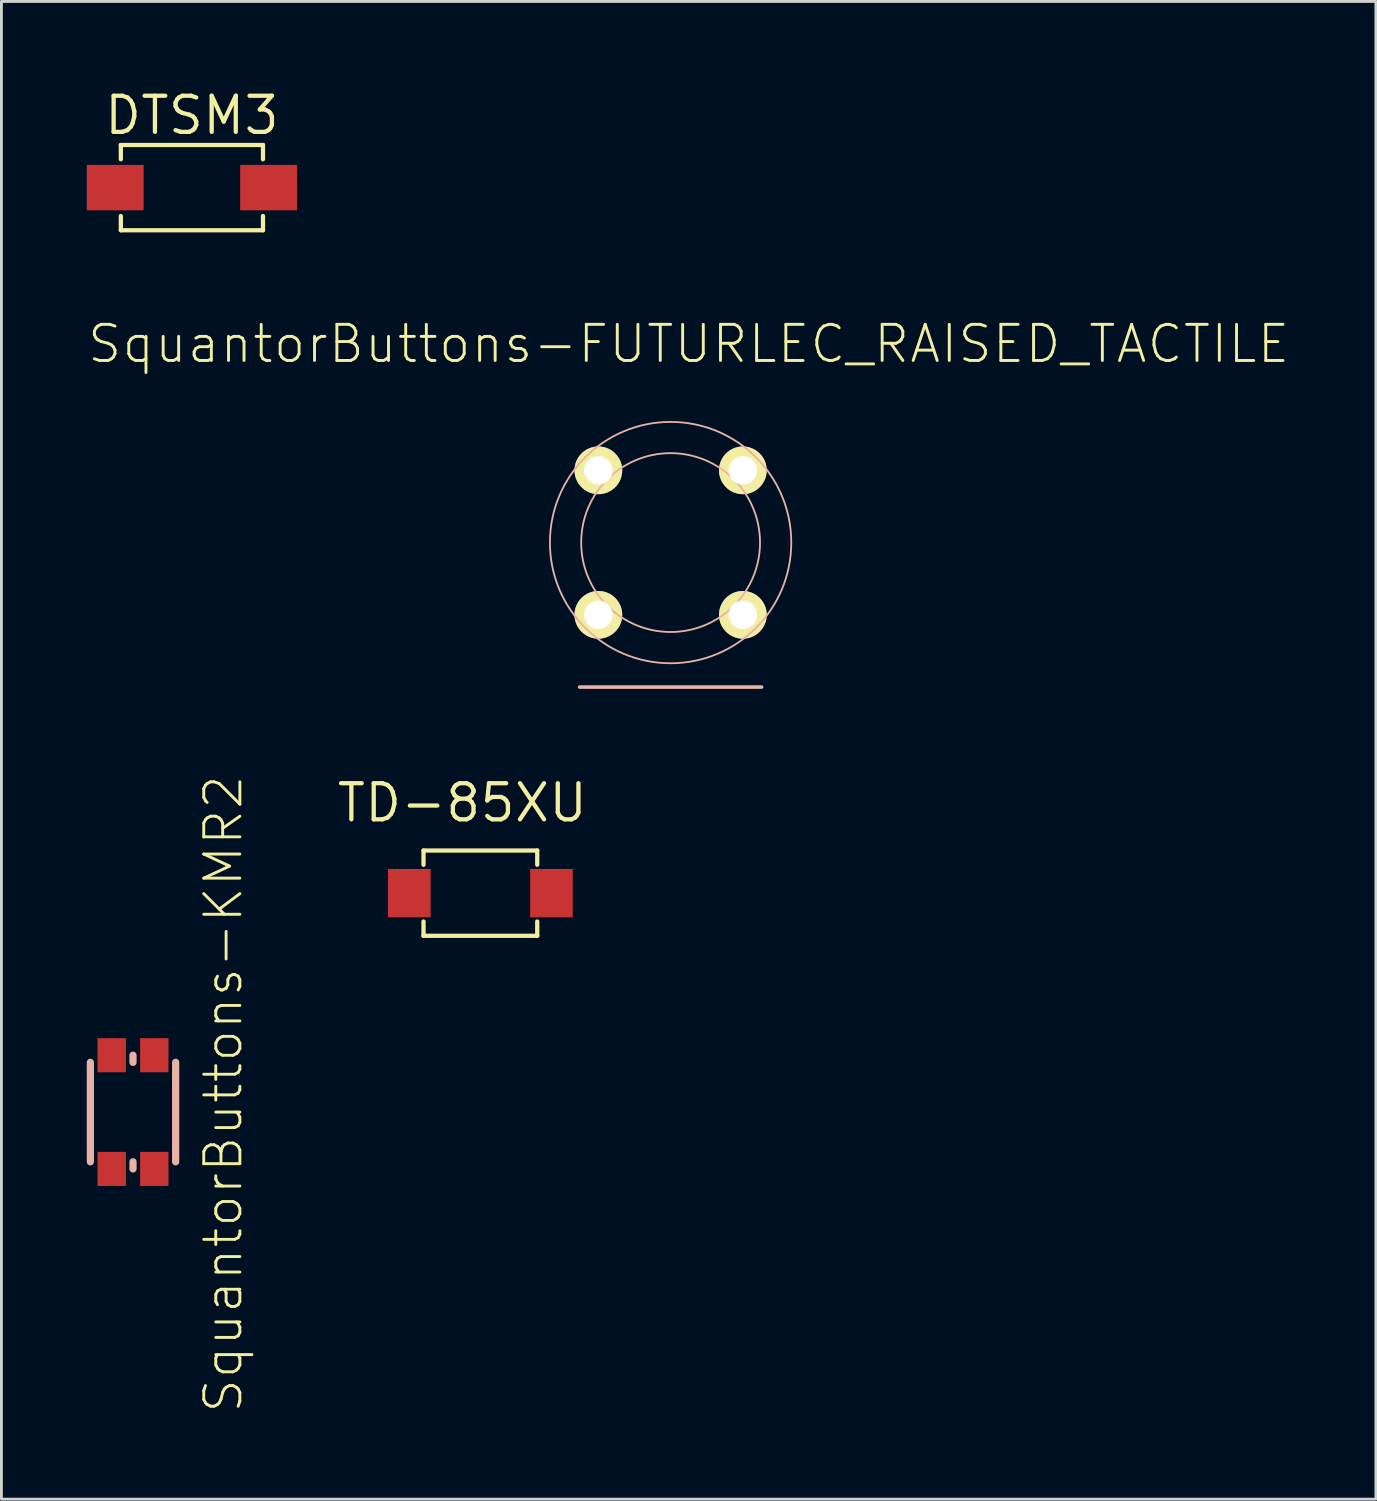
<source format=kicad_pcb>
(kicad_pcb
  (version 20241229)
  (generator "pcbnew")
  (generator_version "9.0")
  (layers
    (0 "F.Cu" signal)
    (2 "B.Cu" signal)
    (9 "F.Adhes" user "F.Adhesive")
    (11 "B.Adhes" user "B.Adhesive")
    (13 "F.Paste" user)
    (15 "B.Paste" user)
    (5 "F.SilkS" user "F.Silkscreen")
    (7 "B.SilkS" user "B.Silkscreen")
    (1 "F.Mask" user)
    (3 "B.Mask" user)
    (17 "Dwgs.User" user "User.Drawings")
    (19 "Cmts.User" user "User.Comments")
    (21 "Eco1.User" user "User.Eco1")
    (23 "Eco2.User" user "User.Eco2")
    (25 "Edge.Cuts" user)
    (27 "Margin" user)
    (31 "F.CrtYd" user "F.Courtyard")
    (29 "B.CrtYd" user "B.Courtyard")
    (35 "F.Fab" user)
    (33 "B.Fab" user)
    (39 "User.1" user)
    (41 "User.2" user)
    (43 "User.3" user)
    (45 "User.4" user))
  (footprint "TD-85XU"
    (layer "F.Cu")
    (at 13.839 28.351)
    (property "Reference" "TD-85XU" (at -0.635 -3.175 0) (layer "F.SilkS") (effects (font (size 1.27 1.27) (thickness 0.15))))
    (attr smd)
    (fp_line (start -1.999 -1.499) (end -1.999 -0.998) (stroke (width 0.15) (type solid)) (layer "F.SilkS"))
    (fp_line (start -1.999 0.998) (end -1.999 1.499) (stroke (width 0.15) (type solid)) (layer "F.SilkS"))
    (fp_line (start -1.999 1.499) (end 1.999 1.499) (stroke (width 0.15) (type solid)) (layer "F.SilkS"))
    (fp_line (start 1.999 -1.499) (end -1.999 -1.499) (stroke (width 0.15) (type solid)) (layer "F.SilkS"))
    (fp_line (start 1.999 -0.998) (end 1.999 -1.499) (stroke (width 0.15) (type solid)) (layer "F.SilkS"))
    (fp_line (start 1.999 1.499) (end 1.999 0.998) (stroke (width 0.15) (type solid)) (layer "F.SilkS"))
    (pad "P$1" smd rect (at -2.499 0) (size 1.499 1.699) (layers "F.Cu" "F.Mask" "F.Paste"))
    (pad "P$2" smd rect (at 2.499 0) (size 1.499 1.699) (layers "F.Cu" "F.Mask" "F.Paste")))
  (footprint "SquantorButtons-KMR2"
    (layer "F.Cu")
    (at 1.626 36.048)
    (property "Reference" "SquantorButtons-KMR2" (at 3.175 -0.635 90) (layer "F.SilkS") (effects (font (size 1.27 1.27) (thickness 0.102))))
    (attr smd)
    (fp_line (start -1.499 1.748) (end -1.499 -1.748) (stroke (width 0.254) (type solid)) (layer "B.SilkS"))
    (fp_line (start 0 -1.748) (end 0 -1.999) (stroke (width 0.254) (type solid)) (layer "B.SilkS"))
    (fp_line (start 0 1.999) (end 0 1.748) (stroke (width 0.254) (type solid)) (layer "B.SilkS"))
    (fp_line (start 1.499 1.748) (end 1.499 -1.748) (stroke (width 0.254) (type solid)) (layer "B.SilkS"))
    (pad "1" smd rect (at -0.749 -1.999 90) (size 1.199 0.998) (layers "F.Cu" "F.Mask" "F.Paste"))
    (pad "2" smd rect (at -0.749 1.999 90) (size 1.199 0.998) (layers "F.Cu" "F.Mask" "F.Paste"))
    (pad "3" smd rect (at 0.749 1.999 90) (size 1.199 0.998) (layers "F.Cu" "F.Mask" "F.Paste"))
    (pad "4" smd rect (at 0.749 -1.999 90) (size 1.199 0.998) (layers "F.Cu" "F.Mask" "F.Paste")))
  (footprint "SquantorButtons-FUTURLEC_RAISED_TACTILE"
    (layer "F.Cu")
    (at 20.527 16.026)
    (property "Reference" "SquantorButtons-FUTURLEC_RAISED_TACTILE" (at 0.635 -6.985 0) (layer "F.SilkS") (effects (font (size 1.27 1.27) (thickness 0.102))))
    (attr exclude_from_pos_files exclude_from_bom)
    (fp_line (start -3.198 5.08) (end 3.198 5.08) (stroke (width 0.127) (type solid)) (layer "B.SilkS"))
    (fp_circle (center 0 0) (end -3 3) (stroke (width 0.064) (type solid)) (fill no) (layer "B.SilkS"))
    (fp_circle (center 0 0) (end -2.223 2.223) (stroke (width 0.064) (type solid)) (fill no) (layer "B.SilkS"))
    (pad "1" thru_hole circle (at -2.54 -2.54) (size 1.676 1.676) (drill 0.998) (layers "*.Cu" "F.Mask" "F.SilkS" "F.Paste"))
    (pad "2" thru_hole circle (at -2.54 2.54) (size 1.676 1.676) (drill 0.998) (layers "*.Cu" "F.Mask" "F.SilkS" "F.Paste"))
    (pad "3" thru_hole circle (at 2.54 2.54) (size 1.676 1.676) (drill 0.998) (layers "*.Cu" "F.Mask" "F.SilkS" "F.Paste"))
    (pad "4" thru_hole circle (at 2.54 -2.54) (size 1.676 1.676) (drill 0.998) (layers "*.Cu" "F.Mask" "F.SilkS" "F.Paste")))
  (footprint "DTSM3"
    (layer "F.Cu")
    (at 3.697 3.546)
    (property "Reference" "DTSM3" (at 0 -2.54 0) (layer "F.SilkS") (effects (font (size 1.27 1.27) (thickness 0.15))))
    (attr smd)
    (fp_line (start -2.499 -1.499) (end -2.499 -0.998) (stroke (width 0.15) (type solid)) (layer "F.SilkS"))
    (fp_line (start -2.499 0.998) (end -2.499 1.499) (stroke (width 0.15) (type solid)) (layer "F.SilkS"))
    (fp_line (start -2.499 1.499) (end 2.499 1.499) (stroke (width 0.15) (type solid)) (layer "F.SilkS"))
    (fp_line (start 2.499 -1.499) (end -2.499 -1.499) (stroke (width 0.15) (type solid)) (layer "F.SilkS"))
    (fp_line (start 2.499 -0.998) (end 2.499 -1.499) (stroke (width 0.15) (type solid)) (layer "F.SilkS"))
    (fp_line (start 2.499 1.499) (end 2.499 0.998) (stroke (width 0.15) (type solid)) (layer "F.SilkS"))
    (pad "P$1" smd rect (at -2.697 0) (size 1.999 1.598) (layers "F.Cu" "F.Mask" "F.Paste"))
    (pad "P$2" smd rect (at 2.697 0) (size 1.999 1.598) (layers "F.Cu" "F.Mask" "F.Paste")))
  (gr_rect
    (start -3 -3)
    (end 45.324 49.657)
    (stroke (width 0.1) (type default))
    (fill no)
    (layer "Edge.Cuts")))
</source>
